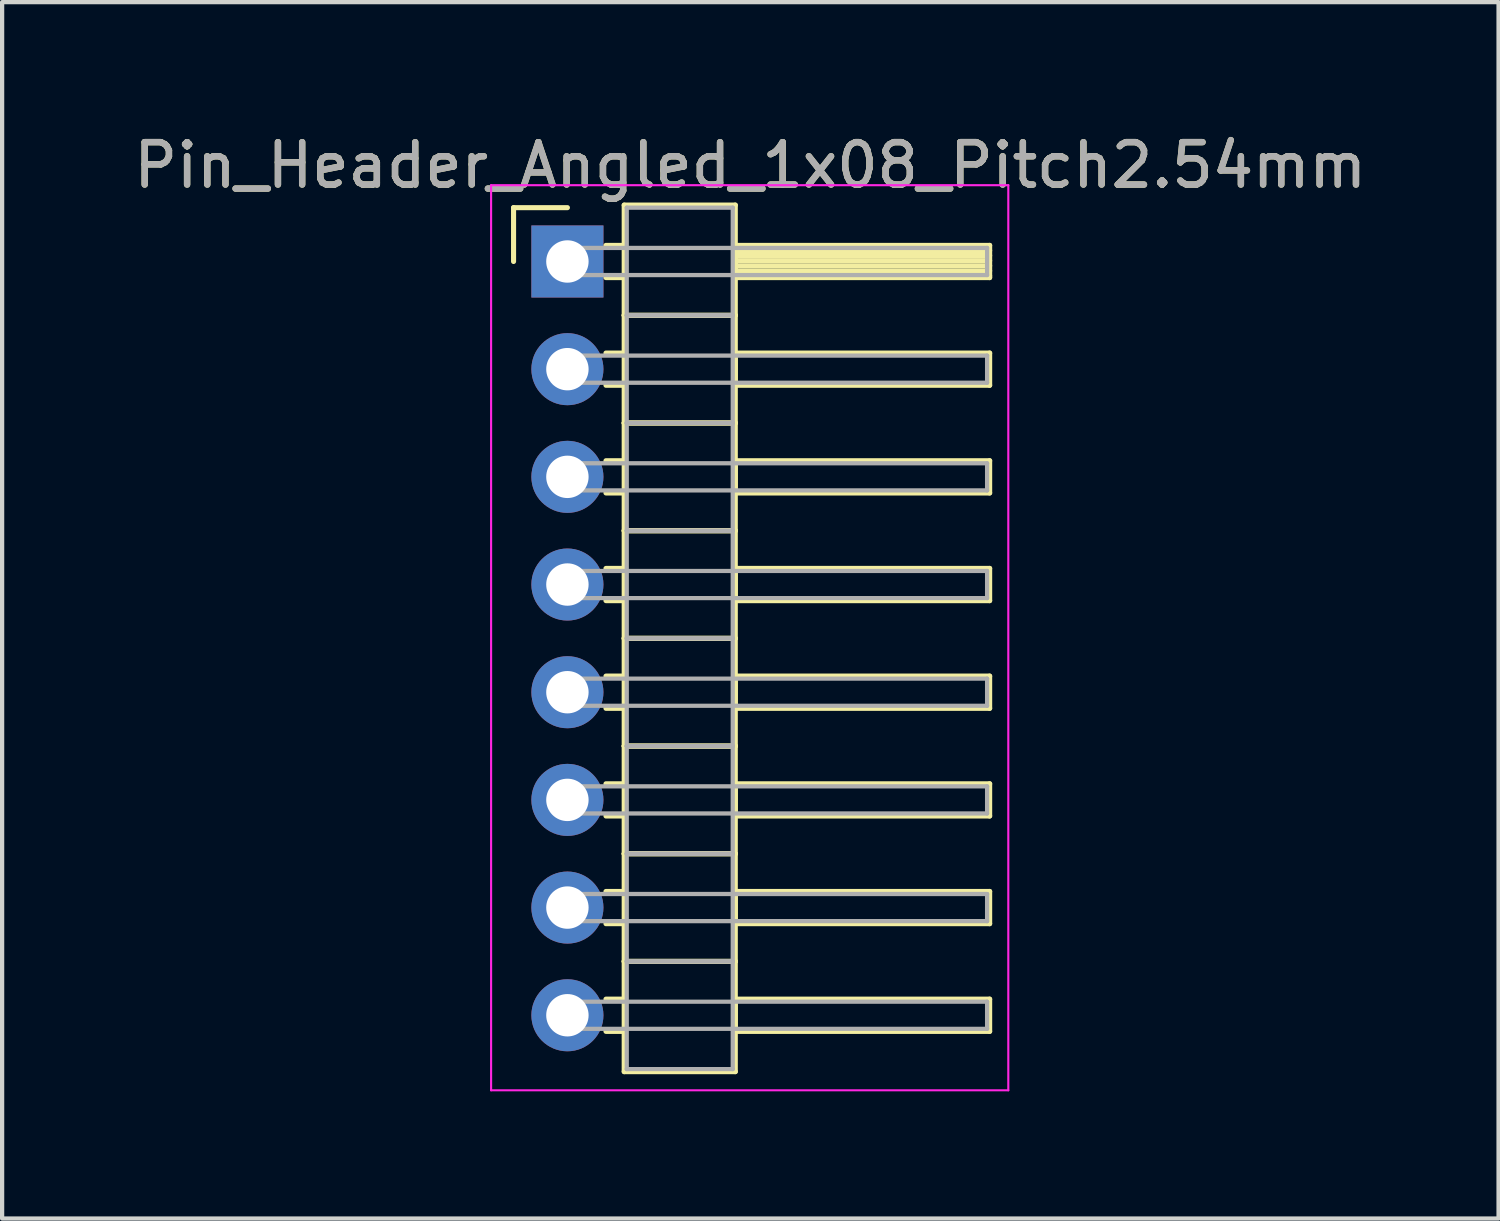
<source format=kicad_pcb>
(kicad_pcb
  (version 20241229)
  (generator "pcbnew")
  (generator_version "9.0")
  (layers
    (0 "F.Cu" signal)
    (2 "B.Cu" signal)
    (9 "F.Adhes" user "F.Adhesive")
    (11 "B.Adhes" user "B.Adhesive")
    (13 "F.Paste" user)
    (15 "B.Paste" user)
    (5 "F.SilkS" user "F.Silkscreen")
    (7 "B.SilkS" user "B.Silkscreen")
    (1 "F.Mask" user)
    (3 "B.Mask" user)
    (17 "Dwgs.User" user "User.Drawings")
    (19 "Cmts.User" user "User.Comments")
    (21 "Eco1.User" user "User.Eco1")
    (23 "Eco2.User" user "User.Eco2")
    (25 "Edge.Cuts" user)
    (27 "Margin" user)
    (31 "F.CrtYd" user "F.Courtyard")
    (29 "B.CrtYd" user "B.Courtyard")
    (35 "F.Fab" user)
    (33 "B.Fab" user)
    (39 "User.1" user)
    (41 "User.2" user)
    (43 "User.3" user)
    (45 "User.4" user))
  (footprint "Pin_Header_Angled_1x08_Pitch2.54mm"
    (layer "F.Cu")
    (at 10.334 3.118)
    (property "Reference" "Pin_Header_Angled_1x08_Pitch2.54mm" (at 4.315 -2.27 0) (layer "F.SilkS") (effects (font (size 1 1) (thickness 0.15))))
    (attr through_hole)
    (fp_line (start -1.27 -1.27) (end 0 -1.27) (stroke (width 0.12) (type solid)) (layer "F.SilkS"))
    (fp_line (start -1.27 0) (end -1.27 -1.27) (stroke (width 0.12) (type solid)) (layer "F.SilkS"))
    (fp_line (start 0.91 -0.38) (end 1.34 -0.38) (stroke (width 0.12) (type solid)) (layer "F.SilkS"))
    (fp_line (start 0.91 0.38) (end 1.34 0.38) (stroke (width 0.12) (type solid)) (layer "F.SilkS"))
    (fp_line (start 0.91 2.16) (end 1.34 2.16) (stroke (width 0.12) (type solid)) (layer "F.SilkS"))
    (fp_line (start 0.91 2.92) (end 1.34 2.92) (stroke (width 0.12) (type solid)) (layer "F.SilkS"))
    (fp_line (start 0.91 4.7) (end 1.34 4.7) (stroke (width 0.12) (type solid)) (layer "F.SilkS"))
    (fp_line (start 0.91 5.46) (end 1.34 5.46) (stroke (width 0.12) (type solid)) (layer "F.SilkS"))
    (fp_line (start 0.91 7.24) (end 1.34 7.24) (stroke (width 0.12) (type solid)) (layer "F.SilkS"))
    (fp_line (start 0.91 8) (end 1.34 8) (stroke (width 0.12) (type solid)) (layer "F.SilkS"))
    (fp_line (start 0.91 9.78) (end 1.34 9.78) (stroke (width 0.12) (type solid)) (layer "F.SilkS"))
    (fp_line (start 0.91 10.54) (end 1.34 10.54) (stroke (width 0.12) (type solid)) (layer "F.SilkS"))
    (fp_line (start 0.91 12.32) (end 1.34 12.32) (stroke (width 0.12) (type solid)) (layer "F.SilkS"))
    (fp_line (start 0.91 13.08) (end 1.34 13.08) (stroke (width 0.12) (type solid)) (layer "F.SilkS"))
    (fp_line (start 0.91 14.86) (end 1.34 14.86) (stroke (width 0.12) (type solid)) (layer "F.SilkS"))
    (fp_line (start 0.91 15.62) (end 1.34 15.62) (stroke (width 0.12) (type solid)) (layer "F.SilkS"))
    (fp_line (start 0.91 17.4) (end 1.34 17.4) (stroke (width 0.12) (type solid)) (layer "F.SilkS"))
    (fp_line (start 0.91 18.16) (end 1.34 18.16) (stroke (width 0.12) (type solid)) (layer "F.SilkS"))
    (fp_line (start 1.34 -1.33) (end 1.34 1.27) (stroke (width 0.12) (type solid)) (layer "F.SilkS"))
    (fp_line (start 1.34 1.27) (end 1.34 3.81) (stroke (width 0.12) (type solid)) (layer "F.SilkS"))
    (fp_line (start 1.34 1.27) (end 3.96 1.27) (stroke (width 0.12) (type solid)) (layer "F.SilkS"))
    (fp_line (start 1.34 3.81) (end 1.34 6.35) (stroke (width 0.12) (type solid)) (layer "F.SilkS"))
    (fp_line (start 1.34 3.81) (end 3.96 3.81) (stroke (width 0.12) (type solid)) (layer "F.SilkS"))
    (fp_line (start 1.34 6.35) (end 1.34 8.89) (stroke (width 0.12) (type solid)) (layer "F.SilkS"))
    (fp_line (start 1.34 6.35) (end 3.96 6.35) (stroke (width 0.12) (type solid)) (layer "F.SilkS"))
    (fp_line (start 1.34 8.89) (end 1.34 11.43) (stroke (width 0.12) (type solid)) (layer "F.SilkS"))
    (fp_line (start 1.34 8.89) (end 3.96 8.89) (stroke (width 0.12) (type solid)) (layer "F.SilkS"))
    (fp_line (start 1.34 11.43) (end 1.34 13.97) (stroke (width 0.12) (type solid)) (layer "F.SilkS"))
    (fp_line (start 1.34 11.43) (end 3.96 11.43) (stroke (width 0.12) (type solid)) (layer "F.SilkS"))
    (fp_line (start 1.34 13.97) (end 1.34 16.51) (stroke (width 0.12) (type solid)) (layer "F.SilkS"))
    (fp_line (start 1.34 13.97) (end 3.96 13.97) (stroke (width 0.12) (type solid)) (layer "F.SilkS"))
    (fp_line (start 1.34 16.51) (end 1.34 19.11) (stroke (width 0.12) (type solid)) (layer "F.SilkS"))
    (fp_line (start 1.34 16.51) (end 3.96 16.51) (stroke (width 0.12) (type solid)) (layer "F.SilkS"))
    (fp_line (start 1.34 19.11) (end 3.96 19.11) (stroke (width 0.12) (type solid)) (layer "F.SilkS"))
    (fp_line (start 3.96 -1.33) (end 1.34 -1.33) (stroke (width 0.12) (type solid)) (layer "F.SilkS"))
    (fp_line (start 3.96 -0.38) (end 3.96 0.38) (stroke (width 0.12) (type solid)) (layer "F.SilkS"))
    (fp_line (start 3.96 -0.26) (end 9.96 -0.26) (stroke (width 0.12) (type solid)) (layer "F.SilkS"))
    (fp_line (start 3.96 -0.14) (end 9.96 -0.14) (stroke (width 0.12) (type solid)) (layer "F.SilkS"))
    (fp_line (start 3.96 -0.02) (end 9.96 -0.02) (stroke (width 0.12) (type solid)) (layer "F.SilkS"))
    (fp_line (start 3.96 0.1) (end 9.96 0.1) (stroke (width 0.12) (type solid)) (layer "F.SilkS"))
    (fp_line (start 3.96 0.22) (end 9.96 0.22) (stroke (width 0.12) (type solid)) (layer "F.SilkS"))
    (fp_line (start 3.96 0.34) (end 9.96 0.34) (stroke (width 0.12) (type solid)) (layer "F.SilkS"))
    (fp_line (start 3.96 0.38) (end 9.96 0.38) (stroke (width 0.12) (type solid)) (layer "F.SilkS"))
    (fp_line (start 3.96 1.27) (end 1.34 1.27) (stroke (width 0.12) (type solid)) (layer "F.SilkS"))
    (fp_line (start 3.96 1.27) (end 3.96 -1.33) (stroke (width 0.12) (type solid)) (layer "F.SilkS"))
    (fp_line (start 3.96 2.16) (end 3.96 2.92) (stroke (width 0.12) (type solid)) (layer "F.SilkS"))
    (fp_line (start 3.96 2.92) (end 9.96 2.92) (stroke (width 0.12) (type solid)) (layer "F.SilkS"))
    (fp_line (start 3.96 3.81) (end 1.34 3.81) (stroke (width 0.12) (type solid)) (layer "F.SilkS"))
    (fp_line (start 3.96 3.81) (end 3.96 1.27) (stroke (width 0.12) (type solid)) (layer "F.SilkS"))
    (fp_line (start 3.96 4.7) (end 3.96 5.46) (stroke (width 0.12) (type solid)) (layer "F.SilkS"))
    (fp_line (start 3.96 5.46) (end 9.96 5.46) (stroke (width 0.12) (type solid)) (layer "F.SilkS"))
    (fp_line (start 3.96 6.35) (end 1.34 6.35) (stroke (width 0.12) (type solid)) (layer "F.SilkS"))
    (fp_line (start 3.96 6.35) (end 3.96 3.81) (stroke (width 0.12) (type solid)) (layer "F.SilkS"))
    (fp_line (start 3.96 7.24) (end 3.96 8) (stroke (width 0.12) (type solid)) (layer "F.SilkS"))
    (fp_line (start 3.96 8) (end 9.96 8) (stroke (width 0.12) (type solid)) (layer "F.SilkS"))
    (fp_line (start 3.96 8.89) (end 1.34 8.89) (stroke (width 0.12) (type solid)) (layer "F.SilkS"))
    (fp_line (start 3.96 8.89) (end 3.96 6.35) (stroke (width 0.12) (type solid)) (layer "F.SilkS"))
    (fp_line (start 3.96 9.78) (end 3.96 10.54) (stroke (width 0.12) (type solid)) (layer "F.SilkS"))
    (fp_line (start 3.96 10.54) (end 9.96 10.54) (stroke (width 0.12) (type solid)) (layer "F.SilkS"))
    (fp_line (start 3.96 11.43) (end 1.34 11.43) (stroke (width 0.12) (type solid)) (layer "F.SilkS"))
    (fp_line (start 3.96 11.43) (end 3.96 8.89) (stroke (width 0.12) (type solid)) (layer "F.SilkS"))
    (fp_line (start 3.96 12.32) (end 3.96 13.08) (stroke (width 0.12) (type solid)) (layer "F.SilkS"))
    (fp_line (start 3.96 13.08) (end 9.96 13.08) (stroke (width 0.12) (type solid)) (layer "F.SilkS"))
    (fp_line (start 3.96 13.97) (end 1.34 13.97) (stroke (width 0.12) (type solid)) (layer "F.SilkS"))
    (fp_line (start 3.96 13.97) (end 3.96 11.43) (stroke (width 0.12) (type solid)) (layer "F.SilkS"))
    (fp_line (start 3.96 14.86) (end 3.96 15.62) (stroke (width 0.12) (type solid)) (layer "F.SilkS"))
    (fp_line (start 3.96 15.62) (end 9.96 15.62) (stroke (width 0.12) (type solid)) (layer "F.SilkS"))
    (fp_line (start 3.96 16.51) (end 1.34 16.51) (stroke (width 0.12) (type solid)) (layer "F.SilkS"))
    (fp_line (start 3.96 16.51) (end 3.96 13.97) (stroke (width 0.12) (type solid)) (layer "F.SilkS"))
    (fp_line (start 3.96 17.4) (end 3.96 18.16) (stroke (width 0.12) (type solid)) (layer "F.SilkS"))
    (fp_line (start 3.96 18.16) (end 9.96 18.16) (stroke (width 0.12) (type solid)) (layer "F.SilkS"))
    (fp_line (start 3.96 19.11) (end 3.96 16.51) (stroke (width 0.12) (type solid)) (layer "F.SilkS"))
    (fp_line (start 9.96 -0.38) (end 3.96 -0.38) (stroke (width 0.12) (type solid)) (layer "F.SilkS"))
    (fp_line (start 9.96 0.38) (end 9.96 -0.38) (stroke (width 0.12) (type solid)) (layer "F.SilkS"))
    (fp_line (start 9.96 2.16) (end 3.96 2.16) (stroke (width 0.12) (type solid)) (layer "F.SilkS"))
    (fp_line (start 9.96 2.92) (end 9.96 2.16) (stroke (width 0.12) (type solid)) (layer "F.SilkS"))
    (fp_line (start 9.96 4.7) (end 3.96 4.7) (stroke (width 0.12) (type solid)) (layer "F.SilkS"))
    (fp_line (start 9.96 5.46) (end 9.96 4.7) (stroke (width 0.12) (type solid)) (layer "F.SilkS"))
    (fp_line (start 9.96 7.24) (end 3.96 7.24) (stroke (width 0.12) (type solid)) (layer "F.SilkS"))
    (fp_line (start 9.96 8) (end 9.96 7.24) (stroke (width 0.12) (type solid)) (layer "F.SilkS"))
    (fp_line (start 9.96 9.78) (end 3.96 9.78) (stroke (width 0.12) (type solid)) (layer "F.SilkS"))
    (fp_line (start 9.96 10.54) (end 9.96 9.78) (stroke (width 0.12) (type solid)) (layer "F.SilkS"))
    (fp_line (start 9.96 12.32) (end 3.96 12.32) (stroke (width 0.12) (type solid)) (layer "F.SilkS"))
    (fp_line (start 9.96 13.08) (end 9.96 12.32) (stroke (width 0.12) (type solid)) (layer "F.SilkS"))
    (fp_line (start 9.96 14.86) (end 3.96 14.86) (stroke (width 0.12) (type solid)) (layer "F.SilkS"))
    (fp_line (start 9.96 15.62) (end 9.96 14.86) (stroke (width 0.12) (type solid)) (layer "F.SilkS"))
    (fp_line (start 9.96 17.4) (end 3.96 17.4) (stroke (width 0.12) (type solid)) (layer "F.SilkS"))
    (fp_line (start 9.96 18.16) (end 9.96 17.4) (stroke (width 0.12) (type solid)) (layer "F.SilkS"))
    (fp_line (start -1.8 -1.8) (end -1.8 19.55) (stroke (width 0.05) (type solid)) (layer "F.CrtYd"))
    (fp_line (start -1.8 19.55) (end 10.4 19.55) (stroke (width 0.05) (type solid)) (layer "F.CrtYd"))
    (fp_line (start 10.4 -1.8) (end -1.8 -1.8) (stroke (width 0.05) (type solid)) (layer "F.CrtYd"))
    (fp_line (start 10.4 19.55) (end 10.4 -1.8) (stroke (width 0.05) (type solid)) (layer "F.CrtYd"))
    (fp_line (start 0 -0.32) (end 0 0.32) (stroke (width 0.1) (type solid)) (layer "F.Fab"))
    (fp_line (start 0 0.32) (end 9.9 0.32) (stroke (width 0.1) (type solid)) (layer "F.Fab"))
    (fp_line (start 0 2.22) (end 0 2.86) (stroke (width 0.1) (type solid)) (layer "F.Fab"))
    (fp_line (start 0 2.86) (end 9.9 2.86) (stroke (width 0.1) (type solid)) (layer "F.Fab"))
    (fp_line (start 0 4.76) (end 0 5.4) (stroke (width 0.1) (type solid)) (layer "F.Fab"))
    (fp_line (start 0 5.4) (end 9.9 5.4) (stroke (width 0.1) (type solid)) (layer "F.Fab"))
    (fp_line (start 0 7.3) (end 0 7.94) (stroke (width 0.1) (type solid)) (layer "F.Fab"))
    (fp_line (start 0 7.94) (end 9.9 7.94) (stroke (width 0.1) (type solid)) (layer "F.Fab"))
    (fp_line (start 0 9.84) (end 0 10.48) (stroke (width 0.1) (type solid)) (layer "F.Fab"))
    (fp_line (start 0 10.48) (end 9.9 10.48) (stroke (width 0.1) (type solid)) (layer "F.Fab"))
    (fp_line (start 0 12.38) (end 0 13.02) (stroke (width 0.1) (type solid)) (layer "F.Fab"))
    (fp_line (start 0 13.02) (end 9.9 13.02) (stroke (width 0.1) (type solid)) (layer "F.Fab"))
    (fp_line (start 0 14.92) (end 0 15.56) (stroke (width 0.1) (type solid)) (layer "F.Fab"))
    (fp_line (start 0 15.56) (end 9.9 15.56) (stroke (width 0.1) (type solid)) (layer "F.Fab"))
    (fp_line (start 0 17.46) (end 0 18.1) (stroke (width 0.1) (type solid)) (layer "F.Fab"))
    (fp_line (start 0 18.1) (end 9.9 18.1) (stroke (width 0.1) (type solid)) (layer "F.Fab"))
    (fp_line (start 1.4 -1.27) (end 1.4 1.27) (stroke (width 0.1) (type solid)) (layer "F.Fab"))
    (fp_line (start 1.4 1.27) (end 1.4 3.81) (stroke (width 0.1) (type solid)) (layer "F.Fab"))
    (fp_line (start 1.4 1.27) (end 3.9 1.27) (stroke (width 0.1) (type solid)) (layer "F.Fab"))
    (fp_line (start 1.4 3.81) (end 1.4 6.35) (stroke (width 0.1) (type solid)) (layer "F.Fab"))
    (fp_line (start 1.4 3.81) (end 3.9 3.81) (stroke (width 0.1) (type solid)) (layer "F.Fab"))
    (fp_line (start 1.4 6.35) (end 1.4 8.89) (stroke (width 0.1) (type solid)) (layer "F.Fab"))
    (fp_line (start 1.4 6.35) (end 3.9 6.35) (stroke (width 0.1) (type solid)) (layer "F.Fab"))
    (fp_line (start 1.4 8.89) (end 1.4 11.43) (stroke (width 0.1) (type solid)) (layer "F.Fab"))
    (fp_line (start 1.4 8.89) (end 3.9 8.89) (stroke (width 0.1) (type solid)) (layer "F.Fab"))
    (fp_line (start 1.4 11.43) (end 1.4 13.97) (stroke (width 0.1) (type solid)) (layer "F.Fab"))
    (fp_line (start 1.4 11.43) (end 3.9 11.43) (stroke (width 0.1) (type solid)) (layer "F.Fab"))
    (fp_line (start 1.4 13.97) (end 1.4 16.51) (stroke (width 0.1) (type solid)) (layer "F.Fab"))
    (fp_line (start 1.4 13.97) (end 3.9 13.97) (stroke (width 0.1) (type solid)) (layer "F.Fab"))
    (fp_line (start 1.4 16.51) (end 1.4 19.05) (stroke (width 0.1) (type solid)) (layer "F.Fab"))
    (fp_line (start 1.4 16.51) (end 3.9 16.51) (stroke (width 0.1) (type solid)) (layer "F.Fab"))
    (fp_line (start 1.4 19.05) (end 3.9 19.05) (stroke (width 0.1) (type solid)) (layer "F.Fab"))
    (fp_line (start 3.9 -1.27) (end 1.4 -1.27) (stroke (width 0.1) (type solid)) (layer "F.Fab"))
    (fp_line (start 3.9 1.27) (end 1.4 1.27) (stroke (width 0.1) (type solid)) (layer "F.Fab"))
    (fp_line (start 3.9 1.27) (end 3.9 -1.27) (stroke (width 0.1) (type solid)) (layer "F.Fab"))
    (fp_line (start 3.9 3.81) (end 1.4 3.81) (stroke (width 0.1) (type solid)) (layer "F.Fab"))
    (fp_line (start 3.9 3.81) (end 3.9 1.27) (stroke (width 0.1) (type solid)) (layer "F.Fab"))
    (fp_line (start 3.9 6.35) (end 1.4 6.35) (stroke (width 0.1) (type solid)) (layer "F.Fab"))
    (fp_line (start 3.9 6.35) (end 3.9 3.81) (stroke (width 0.1) (type solid)) (layer "F.Fab"))
    (fp_line (start 3.9 8.89) (end 1.4 8.89) (stroke (width 0.1) (type solid)) (layer "F.Fab"))
    (fp_line (start 3.9 8.89) (end 3.9 6.35) (stroke (width 0.1) (type solid)) (layer "F.Fab"))
    (fp_line (start 3.9 11.43) (end 1.4 11.43) (stroke (width 0.1) (type solid)) (layer "F.Fab"))
    (fp_line (start 3.9 11.43) (end 3.9 8.89) (stroke (width 0.1) (type solid)) (layer "F.Fab"))
    (fp_line (start 3.9 13.97) (end 1.4 13.97) (stroke (width 0.1) (type solid)) (layer "F.Fab"))
    (fp_line (start 3.9 13.97) (end 3.9 11.43) (stroke (width 0.1) (type solid)) (layer "F.Fab"))
    (fp_line (start 3.9 16.51) (end 1.4 16.51) (stroke (width 0.1) (type solid)) (layer "F.Fab"))
    (fp_line (start 3.9 16.51) (end 3.9 13.97) (stroke (width 0.1) (type solid)) (layer "F.Fab"))
    (fp_line (start 3.9 19.05) (end 3.9 16.51) (stroke (width 0.1) (type solid)) (layer "F.Fab"))
    (fp_line (start 9.9 -0.32) (end 0 -0.32) (stroke (width 0.1) (type solid)) (layer "F.Fab"))
    (fp_line (start 9.9 0.32) (end 9.9 -0.32) (stroke (width 0.1) (type solid)) (layer "F.Fab"))
    (fp_line (start 9.9 2.22) (end 0 2.22) (stroke (width 0.1) (type solid)) (layer "F.Fab"))
    (fp_line (start 9.9 2.86) (end 9.9 2.22) (stroke (width 0.1) (type solid)) (layer "F.Fab"))
    (fp_line (start 9.9 4.76) (end 0 4.76) (stroke (width 0.1) (type solid)) (layer "F.Fab"))
    (fp_line (start 9.9 5.4) (end 9.9 4.76) (stroke (width 0.1) (type solid)) (layer "F.Fab"))
    (fp_line (start 9.9 7.3) (end 0 7.3) (stroke (width 0.1) (type solid)) (layer "F.Fab"))
    (fp_line (start 9.9 7.94) (end 9.9 7.3) (stroke (width 0.1) (type solid)) (layer "F.Fab"))
    (fp_line (start 9.9 9.84) (end 0 9.84) (stroke (width 0.1) (type solid)) (layer "F.Fab"))
    (fp_line (start 9.9 10.48) (end 9.9 9.84) (stroke (width 0.1) (type solid)) (layer "F.Fab"))
    (fp_line (start 9.9 12.38) (end 0 12.38) (stroke (width 0.1) (type solid)) (layer "F.Fab"))
    (fp_line (start 9.9 13.02) (end 9.9 12.38) (stroke (width 0.1) (type solid)) (layer "F.Fab"))
    (fp_line (start 9.9 14.92) (end 0 14.92) (stroke (width 0.1) (type solid)) (layer "F.Fab"))
    (fp_line (start 9.9 15.56) (end 9.9 14.92) (stroke (width 0.1) (type solid)) (layer "F.Fab"))
    (fp_line (start 9.9 17.46) (end 0 17.46) (stroke (width 0.1) (type solid)) (layer "F.Fab"))
    (fp_line (start 9.9 18.1) (end 9.9 17.46) (stroke (width 0.1) (type solid)) (layer "F.Fab"))
    (fp_text user "${REFERENCE}" (at 4.315 -2.27 0) (layer "F.Fab") (effects (font (size 1 1) (thickness 0.15))))
    (pad "1" thru_hole rect (at 0 0) (size 1.7 1.7) (drill 1) (layers "*.Cu" "*.Mask"))
    (pad "2" thru_hole oval (at 0 2.54) (size 1.7 1.7) (drill 1) (layers "*.Cu" "*.Mask"))
    (pad "3" thru_hole oval (at 0 5.08) (size 1.7 1.7) (drill 1) (layers "*.Cu" "*.Mask"))
    (pad "4" thru_hole oval (at 0 7.62) (size 1.7 1.7) (drill 1) (layers "*.Cu" "*.Mask"))
    (pad "5" thru_hole oval (at 0 10.16) (size 1.7 1.7) (drill 1) (layers "*.Cu" "*.Mask"))
    (pad "6" thru_hole oval (at 0 12.7) (size 1.7 1.7) (drill 1) (layers "*.Cu" "*.Mask"))
    (pad "7" thru_hole oval (at 0 15.24) (size 1.7 1.7) (drill 1) (layers "*.Cu" "*.Mask"))
    (pad "8" thru_hole oval (at 0 17.78) (size 1.7 1.7) (drill 1) (layers "*.Cu" "*.Mask")))
  (gr_rect
    (start -3 -3)
    (end 32.298 25.693)
    (stroke (width 0.1) (type default))
    (fill no)
    (layer "Edge.Cuts")))
</source>
